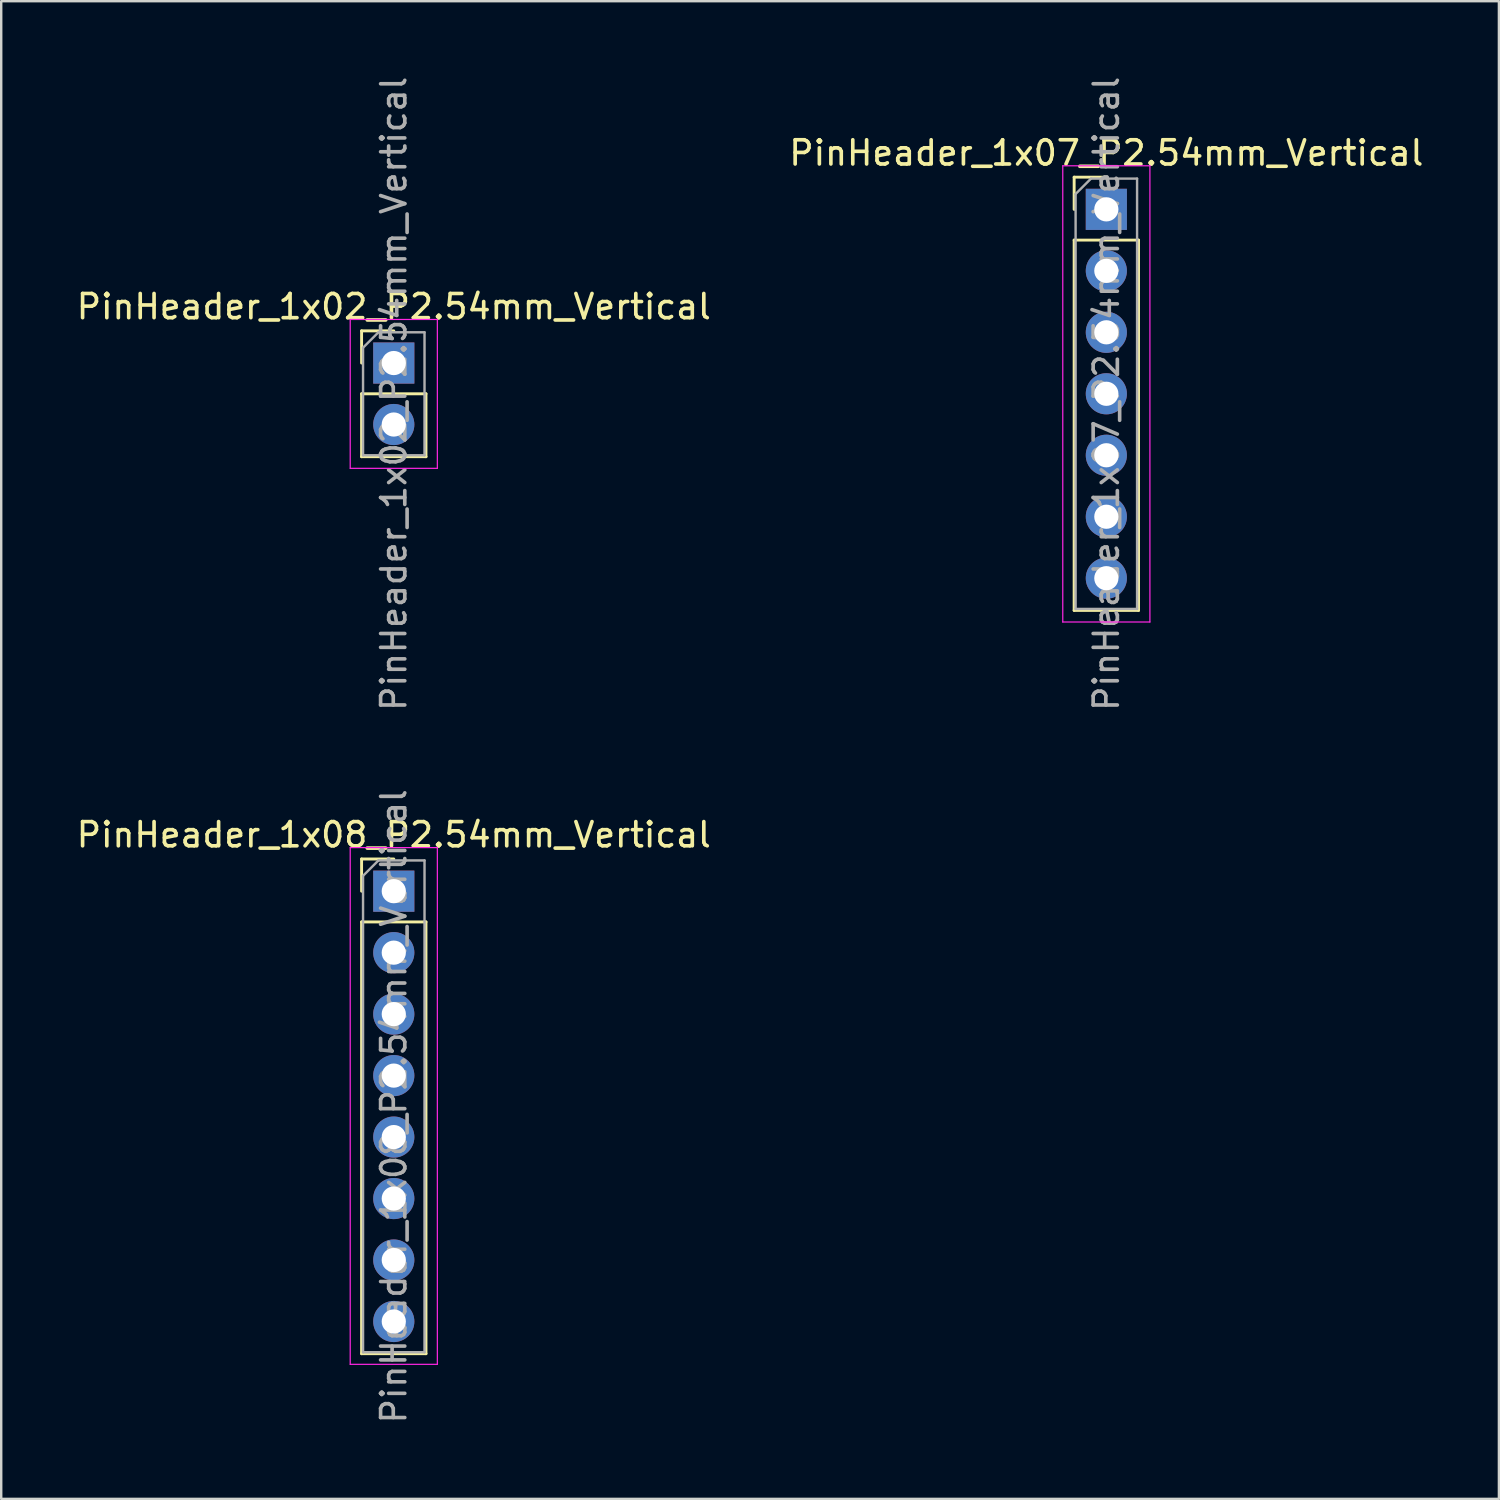
<source format=kicad_pcb>
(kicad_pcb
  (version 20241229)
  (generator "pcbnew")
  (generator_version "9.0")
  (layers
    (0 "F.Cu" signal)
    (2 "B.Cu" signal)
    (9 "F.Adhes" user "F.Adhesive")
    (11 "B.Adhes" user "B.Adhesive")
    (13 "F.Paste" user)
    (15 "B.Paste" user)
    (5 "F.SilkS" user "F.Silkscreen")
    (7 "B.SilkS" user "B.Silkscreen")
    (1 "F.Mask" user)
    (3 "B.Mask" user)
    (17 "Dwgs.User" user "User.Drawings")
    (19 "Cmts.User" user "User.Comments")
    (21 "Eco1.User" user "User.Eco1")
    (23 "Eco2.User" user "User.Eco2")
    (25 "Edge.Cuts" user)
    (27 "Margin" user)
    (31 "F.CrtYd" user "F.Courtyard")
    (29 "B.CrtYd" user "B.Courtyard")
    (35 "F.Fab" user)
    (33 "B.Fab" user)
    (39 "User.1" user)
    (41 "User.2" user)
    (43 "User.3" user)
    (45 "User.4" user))
  (footprint "PinHeader_1x07_P2.54mm_Vertical"
    (layer "F.Cu")
    (at 42.661 13.22)
    (property "Reference" "PinHeader_1x07_P2.54mm_Vertical" (at 0 -9.95 0) (layer "F.SilkS") (effects (font (size 1 1) (thickness 0.15))))
    (attr through_hole)
    (fp_line (start -1.33 -8.95) (end 0 -8.95) (stroke (width 0.12) (type solid)) (layer "F.SilkS"))
    (fp_line (start -1.33 -7.62) (end -1.33 -8.95) (stroke (width 0.12) (type solid)) (layer "F.SilkS"))
    (fp_line (start -1.33 -6.35) (end -1.33 8.95) (stroke (width 0.12) (type solid)) (layer "F.SilkS"))
    (fp_line (start -1.33 -6.35) (end 1.33 -6.35) (stroke (width 0.12) (type solid)) (layer "F.SilkS"))
    (fp_line (start -1.33 8.95) (end 1.33 8.95) (stroke (width 0.12) (type solid)) (layer "F.SilkS"))
    (fp_line (start 1.33 -6.35) (end 1.33 8.95) (stroke (width 0.12) (type solid)) (layer "F.SilkS"))
    (fp_line (start -1.8 -9.42) (end -1.8 9.43) (stroke (width 0.05) (type solid)) (layer "F.CrtYd"))
    (fp_line (start -1.8 9.43) (end 1.8 9.43) (stroke (width 0.05) (type solid)) (layer "F.CrtYd"))
    (fp_line (start 1.8 -9.42) (end -1.8 -9.42) (stroke (width 0.05) (type solid)) (layer "F.CrtYd"))
    (fp_line (start 1.8 9.43) (end 1.8 -9.42) (stroke (width 0.05) (type solid)) (layer "F.CrtYd"))
    (fp_line (start -1.27 -8.255) (end -0.635 -8.89) (stroke (width 0.1) (type solid)) (layer "F.Fab"))
    (fp_line (start -1.27 8.89) (end -1.27 -8.255) (stroke (width 0.1) (type solid)) (layer "F.Fab"))
    (fp_line (start -0.635 -8.89) (end 1.27 -8.89) (stroke (width 0.1) (type solid)) (layer "F.Fab"))
    (fp_line (start 1.27 -8.89) (end 1.27 8.89) (stroke (width 0.1) (type solid)) (layer "F.Fab"))
    (fp_line (start 1.27 8.89) (end -1.27 8.89) (stroke (width 0.1) (type solid)) (layer "F.Fab"))
    (fp_text user "${REFERENCE}" (at 0 0 90) (layer "F.Fab") (effects (font (size 1 1) (thickness 0.15))))
    (pad "1" thru_hole rect (at 0 -7.62) (size 1.7 1.7) (drill 1) (layers "*.Cu" "*.Mask"))
    (pad "2" thru_hole oval (at 0 -5.08) (size 1.7 1.7) (drill 1) (layers "*.Cu" "*.Mask"))
    (pad "3" thru_hole oval (at 0 -2.54) (size 1.7 1.7) (drill 1) (layers "*.Cu" "*.Mask"))
    (pad "4" thru_hole oval (at 0 0) (size 1.7 1.7) (drill 1) (layers "*.Cu" "*.Mask"))
    (pad "5" thru_hole oval (at 0 2.54) (size 1.7 1.7) (drill 1) (layers "*.Cu" "*.Mask"))
    (pad "6" thru_hole oval (at 0 5.08) (size 1.7 1.7) (drill 1) (layers "*.Cu" "*.Mask"))
    (pad "7" thru_hole oval (at 0 7.62) (size 1.7 1.7) (drill 1) (layers "*.Cu" "*.Mask")))
  (footprint "PinHeader_1x02_P2.54mm_Vertical"
    (layer "F.Cu")
    (at 13.22 13.22)
    (property "Reference" "PinHeader_1x02_P2.54mm_Vertical" (at 0 -3.6 0) (layer "F.SilkS") (effects (font (size 1 1) (thickness 0.15))))
    (attr through_hole)
    (fp_line (start -1.33 -2.6) (end 0 -2.6) (stroke (width 0.12) (type solid)) (layer "F.SilkS"))
    (fp_line (start -1.33 -1.27) (end -1.33 -2.6) (stroke (width 0.12) (type solid)) (layer "F.SilkS"))
    (fp_line (start -1.33 0) (end -1.33 2.6) (stroke (width 0.12) (type solid)) (layer "F.SilkS"))
    (fp_line (start -1.33 0) (end 1.33 0) (stroke (width 0.12) (type solid)) (layer "F.SilkS"))
    (fp_line (start -1.33 2.6) (end 1.33 2.6) (stroke (width 0.12) (type solid)) (layer "F.SilkS"))
    (fp_line (start 1.33 0) (end 1.33 2.6) (stroke (width 0.12) (type solid)) (layer "F.SilkS"))
    (fp_line (start -1.8 -3.07) (end -1.8 3.08) (stroke (width 0.05) (type solid)) (layer "F.CrtYd"))
    (fp_line (start -1.8 3.08) (end 1.8 3.08) (stroke (width 0.05) (type solid)) (layer "F.CrtYd"))
    (fp_line (start 1.8 -3.07) (end -1.8 -3.07) (stroke (width 0.05) (type solid)) (layer "F.CrtYd"))
    (fp_line (start 1.8 3.08) (end 1.8 -3.07) (stroke (width 0.05) (type solid)) (layer "F.CrtYd"))
    (fp_line (start -1.27 -1.905) (end -0.635 -2.54) (stroke (width 0.1) (type solid)) (layer "F.Fab"))
    (fp_line (start -1.27 2.54) (end -1.27 -1.905) (stroke (width 0.1) (type solid)) (layer "F.Fab"))
    (fp_line (start -0.635 -2.54) (end 1.27 -2.54) (stroke (width 0.1) (type solid)) (layer "F.Fab"))
    (fp_line (start 1.27 -2.54) (end 1.27 2.54) (stroke (width 0.1) (type solid)) (layer "F.Fab"))
    (fp_line (start 1.27 2.54) (end -1.27 2.54) (stroke (width 0.1) (type solid)) (layer "F.Fab"))
    (fp_text user "${REFERENCE}" (at 0 0 270) (layer "F.Fab") (effects (font (size 1 1) (thickness 0.15))))
    (pad "1" thru_hole rect (at 0 -1.27) (size 1.7 1.7) (drill 1) (layers "*.Cu" "*.Mask"))
    (pad "2" thru_hole oval (at 0 1.27) (size 1.7 1.7) (drill 1) (layers "*.Cu" "*.Mask")))
  (footprint "PinHeader_1x08_P2.54mm_Vertical"
    (layer "F.Cu")
    (at 13.22 42.661)
    (property "Reference" "PinHeader_1x08_P2.54mm_Vertical" (at 0 -11.22 0) (layer "F.SilkS") (effects (font (size 1 1) (thickness 0.15))))
    (attr through_hole)
    (fp_line (start -1.33 -10.22) (end 0 -10.22) (stroke (width 0.12) (type solid)) (layer "F.SilkS"))
    (fp_line (start -1.33 -8.89) (end -1.33 -10.22) (stroke (width 0.12) (type solid)) (layer "F.SilkS"))
    (fp_line (start -1.33 -7.62) (end -1.33 10.22) (stroke (width 0.12) (type solid)) (layer "F.SilkS"))
    (fp_line (start -1.33 -7.62) (end 1.33 -7.62) (stroke (width 0.12) (type solid)) (layer "F.SilkS"))
    (fp_line (start -1.33 10.22) (end 1.33 10.22) (stroke (width 0.12) (type solid)) (layer "F.SilkS"))
    (fp_line (start 1.33 -7.62) (end 1.33 10.22) (stroke (width 0.12) (type solid)) (layer "F.SilkS"))
    (fp_line (start -1.8 -10.69) (end -1.8 10.66) (stroke (width 0.05) (type solid)) (layer "F.CrtYd"))
    (fp_line (start -1.8 10.66) (end 1.8 10.66) (stroke (width 0.05) (type solid)) (layer "F.CrtYd"))
    (fp_line (start 1.8 -10.69) (end -1.8 -10.69) (stroke (width 0.05) (type solid)) (layer "F.CrtYd"))
    (fp_line (start 1.8 10.66) (end 1.8 -10.69) (stroke (width 0.05) (type solid)) (layer "F.CrtYd"))
    (fp_line (start -1.27 -9.525) (end -0.635 -10.16) (stroke (width 0.1) (type solid)) (layer "F.Fab"))
    (fp_line (start -1.27 10.16) (end -1.27 -9.525) (stroke (width 0.1) (type solid)) (layer "F.Fab"))
    (fp_line (start -0.635 -10.16) (end 1.27 -10.16) (stroke (width 0.1) (type solid)) (layer "F.Fab"))
    (fp_line (start 1.27 -10.16) (end 1.27 10.16) (stroke (width 0.1) (type solid)) (layer "F.Fab"))
    (fp_line (start 1.27 10.16) (end -1.27 10.16) (stroke (width 0.1) (type solid)) (layer "F.Fab"))
    (fp_text user "${REFERENCE}" (at 0 0 90) (layer "F.Fab") (effects (font (size 1 1) (thickness 0.15))))
    (pad "1" thru_hole rect (at 0 -8.89) (size 1.7 1.7) (drill 1) (layers "*.Cu" "*.Mask"))
    (pad "2" thru_hole oval (at 0 -6.35) (size 1.7 1.7) (drill 1) (layers "*.Cu" "*.Mask"))
    (pad "3" thru_hole oval (at 0 -3.81) (size 1.7 1.7) (drill 1) (layers "*.Cu" "*.Mask"))
    (pad "4" thru_hole oval (at 0 -1.27) (size 1.7 1.7) (drill 1) (layers "*.Cu" "*.Mask"))
    (pad "5" thru_hole oval (at 0 1.27) (size 1.7 1.7) (drill 1) (layers "*.Cu" "*.Mask"))
    (pad "6" thru_hole oval (at 0 3.81) (size 1.7 1.7) (drill 1) (layers "*.Cu" "*.Mask"))
    (pad "7" thru_hole oval (at 0 6.35) (size 1.7 1.7) (drill 1) (layers "*.Cu" "*.Mask"))
    (pad "8" thru_hole oval (at 0 8.89) (size 1.7 1.7) (drill 1) (layers "*.Cu" "*.Mask")))
  (gr_rect
    (start -3 -3)
    (end 58.881 58.881)
    (stroke (width 0.1) (type default))
    (fill no)
    (layer "Edge.Cuts")))
</source>
